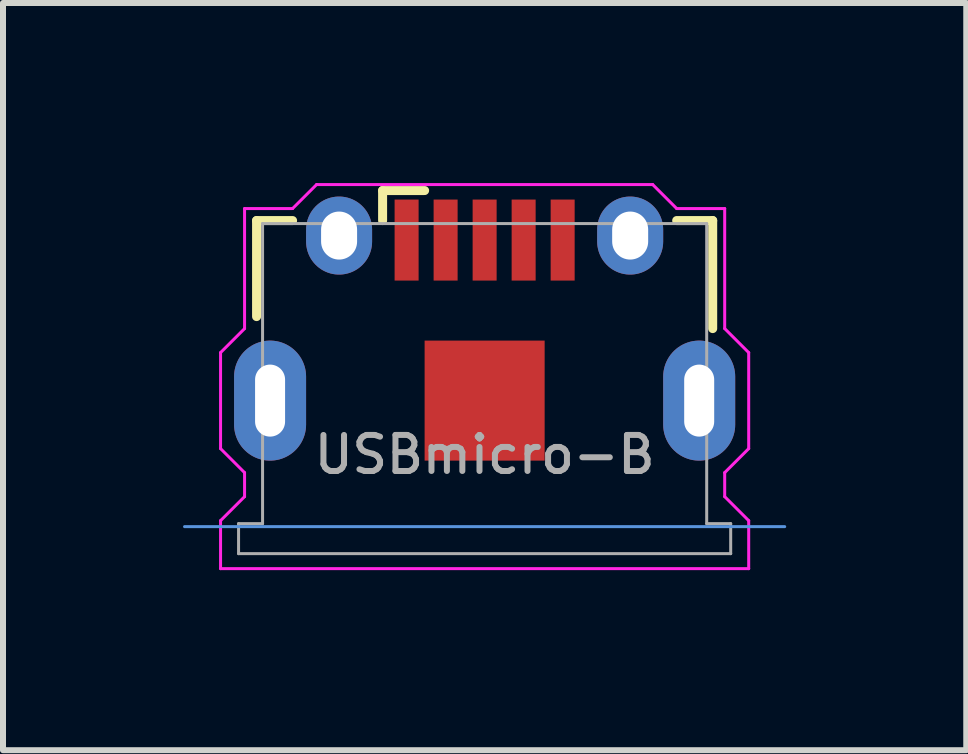
<source format=kicad_pcb>
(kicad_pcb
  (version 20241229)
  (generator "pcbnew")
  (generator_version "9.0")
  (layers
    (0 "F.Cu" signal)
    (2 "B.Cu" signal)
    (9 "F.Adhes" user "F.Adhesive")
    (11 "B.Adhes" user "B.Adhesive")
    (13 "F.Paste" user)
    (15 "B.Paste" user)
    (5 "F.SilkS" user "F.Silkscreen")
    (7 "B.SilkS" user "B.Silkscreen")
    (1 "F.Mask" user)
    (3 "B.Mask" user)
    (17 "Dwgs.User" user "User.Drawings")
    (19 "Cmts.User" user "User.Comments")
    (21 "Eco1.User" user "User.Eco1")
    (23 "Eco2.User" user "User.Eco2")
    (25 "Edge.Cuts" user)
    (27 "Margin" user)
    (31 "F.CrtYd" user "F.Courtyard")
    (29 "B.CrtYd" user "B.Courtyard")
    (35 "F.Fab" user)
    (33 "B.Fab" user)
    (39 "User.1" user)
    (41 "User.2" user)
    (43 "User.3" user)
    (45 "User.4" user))
  (footprint "USBmicro-B"
    (layer "F.Cu")
    (at 5.025 3.625)
    (property "Reference" "USBmicro-B" (at 0 0.9 0) (layer "F.Fab") (effects (font (size 0.6 0.6) (thickness 0.1))))
    (attr through_hole)
    (fp_line (start -3.8 -3) (end -3.2 -3) (stroke (width 0.15) (type solid)) (layer "F.SilkS"))
    (fp_line (start -3.8 -1.4) (end -3.8 -3) (stroke (width 0.15) (type solid)) (layer "F.SilkS"))
    (fp_line (start -1.7 -3.5) (end -1.7 -3) (stroke (width 0.15) (type solid)) (layer "F.SilkS"))
    (fp_line (start -1 -3.5) (end -1.7 -3.5) (stroke (width 0.15) (type solid)) (layer "F.SilkS"))
    (fp_line (start 3.8 -3) (end 3.2 -3) (stroke (width 0.15) (type solid)) (layer "F.SilkS"))
    (fp_line (start 3.8 -1.2) (end 3.8 -3) (stroke (width 0.15) (type solid)) (layer "F.SilkS"))
    (fp_line (start 5 2.1) (end -5 2.1) (stroke (width 0.05) (type solid)) (layer "Cmts.User"))
    (fp_line (start -4.4 -0.8) (end -4.4 0.8) (stroke (width 0.05) (type solid)) (layer "F.CrtYd"))
    (fp_line (start -4.4 0.8) (end -4 1.2) (stroke (width 0.05) (type solid)) (layer "F.CrtYd"))
    (fp_line (start -4.4 2) (end -4.4 2.8) (stroke (width 0.05) (type solid)) (layer "F.CrtYd"))
    (fp_line (start -4.4 2.8) (end 4.4 2.8) (stroke (width 0.05) (type solid)) (layer "F.CrtYd"))
    (fp_line (start -4 -3.2) (end -4 -1.2) (stroke (width 0.05) (type solid)) (layer "F.CrtYd"))
    (fp_line (start -4 -1.2) (end -4.4 -0.8) (stroke (width 0.05) (type solid)) (layer "F.CrtYd"))
    (fp_line (start -4 1.2) (end -4 1.6) (stroke (width 0.05) (type solid)) (layer "F.CrtYd"))
    (fp_line (start -4 1.6) (end -4.4 2) (stroke (width 0.05) (type solid)) (layer "F.CrtYd"))
    (fp_line (start -3.2 -3.2) (end -4 -3.2) (stroke (width 0.05) (type solid)) (layer "F.CrtYd"))
    (fp_line (start -2.8 -3.6) (end -3.2 -3.2) (stroke (width 0.05) (type solid)) (layer "F.CrtYd"))
    (fp_line (start 2.8 -3.6) (end -2.8 -3.6) (stroke (width 0.05) (type solid)) (layer "F.CrtYd"))
    (fp_line (start 3.2 -3.2) (end 2.8 -3.6) (stroke (width 0.05) (type solid)) (layer "F.CrtYd"))
    (fp_line (start 4 -3.2) (end 3.2 -3.2) (stroke (width 0.05) (type solid)) (layer "F.CrtYd"))
    (fp_line (start 4 -1.2) (end 4 -3.2) (stroke (width 0.05) (type solid)) (layer "F.CrtYd"))
    (fp_line (start 4 1.2) (end 4.4 0.8) (stroke (width 0.05) (type solid)) (layer "F.CrtYd"))
    (fp_line (start 4 1.6) (end 4 1.2) (stroke (width 0.05) (type solid)) (layer "F.CrtYd"))
    (fp_line (start 4.4 -0.8) (end 4 -1.2) (stroke (width 0.05) (type solid)) (layer "F.CrtYd"))
    (fp_line (start 4.4 0.8) (end 4.4 -0.8) (stroke (width 0.05) (type solid)) (layer "F.CrtYd"))
    (fp_line (start 4.4 2) (end 4 1.6) (stroke (width 0.05) (type solid)) (layer "F.CrtYd"))
    (fp_line (start 4.4 2.8) (end 4.4 2) (stroke (width 0.05) (type solid)) (layer "F.CrtYd"))
    (fp_line (start -4.1 2.05) (end -3.7 2.05) (stroke (width 0.05) (type solid)) (layer "F.Fab"))
    (fp_line (start -4.1 2.55) (end -4.1 2.05) (stroke (width 0.05) (type solid)) (layer "F.Fab"))
    (fp_line (start -4.1 2.55) (end 4.1 2.55) (stroke (width 0.05) (type solid)) (layer "F.Fab"))
    (fp_line (start -3.7 -2.95) (end -3.7 2.05) (stroke (width 0.05) (type solid)) (layer "F.Fab"))
    (fp_line (start 3.7 -2.95) (end -3.7 -2.95) (stroke (width 0.05) (type solid)) (layer "F.Fab"))
    (fp_line (start 3.7 2.05) (end 3.7 -2.95) (stroke (width 0.05) (type solid)) (layer "F.Fab"))
    (fp_line (start 4.1 2.05) (end 3.7 2.05) (stroke (width 0.05) (type solid)) (layer "F.Fab"))
    (fp_line (start 4.1 2.55) (end 4.1 2.05) (stroke (width 0.05) (type solid)) (layer "F.Fab"))
    (fp_text user "${REFERENCE}" (at -1.5 -1.7 0) (layer "Eco1.User") (effects (font (size 0.3 0.3) (thickness 0.03))))
    (pad "" thru_hole oval (at -3.575 0) (size 1.2 2) (drill oval 0.5 1.2) (layers "*.Cu" "*.Mask" "F.Paste"))
    (pad "" thru_hole oval (at -2.425 -2.75) (size 1.1 1.3) (drill oval 0.6 0.8) (layers "*.Cu" "*.Mask"))
    (pad "" smd rect (at 0 0) (size 2 2) (layers "F.Cu" "F.Mask" "F.Paste"))
    (pad "" thru_hole oval (at 2.425 -2.75) (size 1.1 1.3) (drill oval 0.6 0.8) (layers "*.Cu" "*.Mask"))
    (pad "" thru_hole oval (at 3.575 0) (size 1.2 2) (drill oval 0.5 1.2) (layers "*.Cu" "*.Mask" "F.Paste"))
    (pad "1" smd rect (at -1.3 -2.675) (size 0.4 1.35) (layers "F.Cu" "F.Mask" "F.Paste"))
    (pad "2" smd rect (at -0.65 -2.675) (size 0.4 1.35) (layers "F.Cu" "F.Mask" "F.Paste"))
    (pad "3" smd rect (at 0 -2.675) (size 0.4 1.35) (layers "F.Cu" "F.Mask" "F.Paste"))
    (pad "4" smd rect (at 0.65 -2.675) (size 0.4 1.35) (layers "F.Cu" "F.Mask" "F.Paste"))
    (pad "5" smd rect (at 1.3 -2.675) (size 0.4 1.35) (layers "F.Cu" "F.Mask" "F.Paste")))
  (gr_rect
    (start -3 -3)
    (end 13.05 9.45)
    (stroke (width 0.1) (type default))
    (fill no)
    (layer "Edge.Cuts")))
</source>
